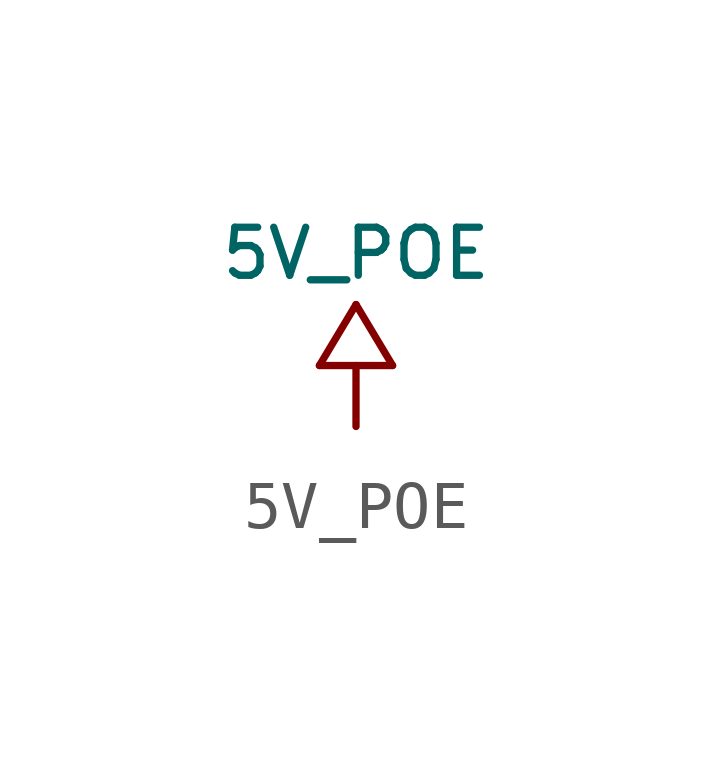
<source format=kicad_sym>
(kicad_symbol_lib
  (version 20241209)
  (generator "kicad_symbol_editor")
  (generator_version "9.0")
  (symbol "5V_POE"
    (power)
    (pin_names
      (offset 0))
    (property "Reference" "#PWR?"
      (at 0 -3.81 0)
      (effects (font (size 1.27 1.27)) (hide yes)))
    (property "Value" "5V_POE"
      (at 0 3.605 0)
      (effects (font (size 1 1))))
    (symbol "5V_POE_0_1"
      (polyline (pts (xy -0.762 1.27) (xy 0 2.54)) (stroke (width 0) (type default)) (fill (type none)))
      (polyline (pts (xy -0.762 1.27) (xy 0.762 1.27)) (stroke (width 0) (type default)) (fill (type none)))
      (polyline (pts (xy 0 2.54) (xy 0.762 1.27)) (stroke (width 0) (type default)) (fill (type none)))
      (polyline (pts (xy 0 0) (xy 0 1.27)) (stroke (width 0) (type default)) (fill (type none))))
    (symbol "5V_POE_1_1"
      (pin power_in line (at 0 0 90) (length 0) (hide yes) (name "5V_POE" (effects (font (size 1.27 1.27)))) (number "1" (effects (font (size 1.27 1.27))))))))
</source>
